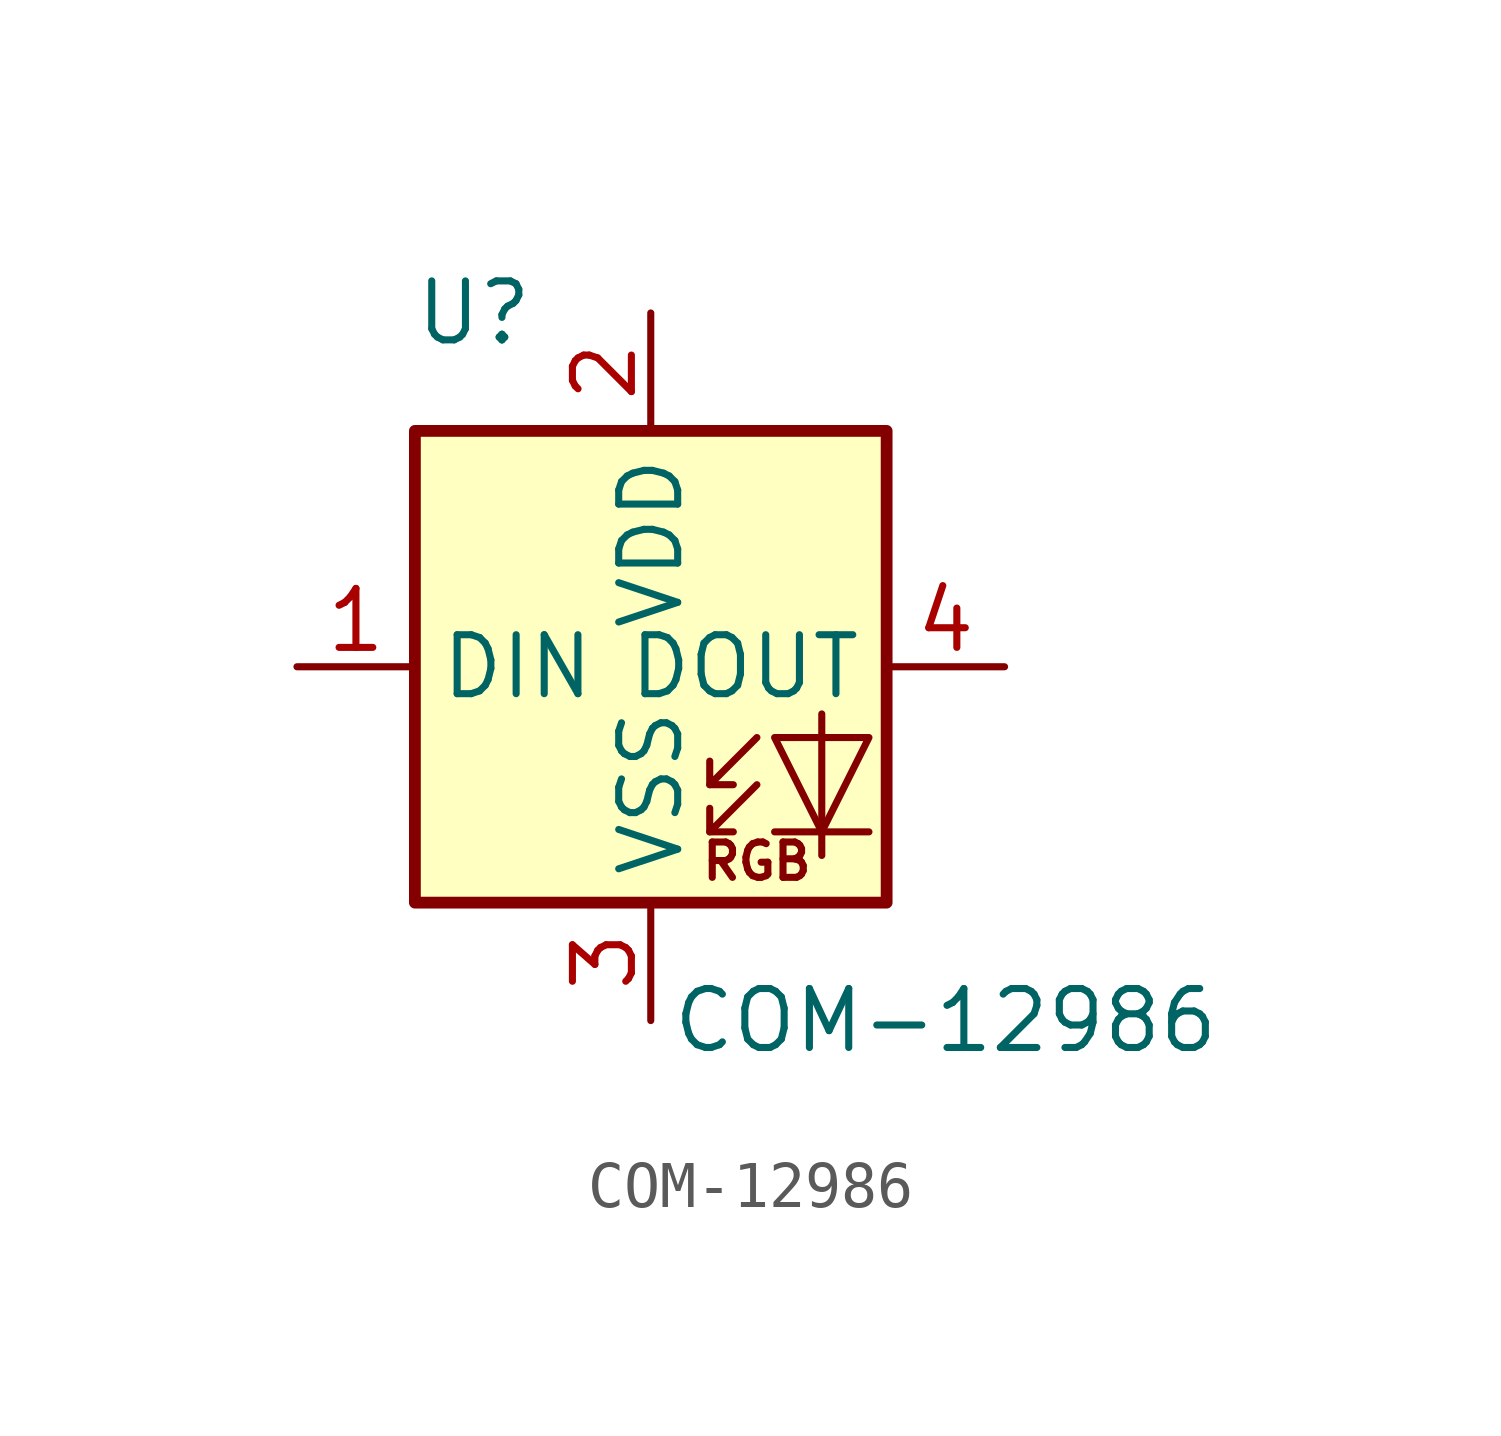
<source format=kicad_sym>
(kicad_symbol_lib
  (version 20211014)
  (generator kicad_symbol_editor)
  (symbol "COM-12986"
    (property "Reference" "U"
      (at -3.81 7.62 0)
      (effects (font (size 1.27 1.27))))
    (property "Value" "COM-12986"
      (at 6.35 -7.62 0)
      (effects (font (size 1.27 1.27))))
    (symbol "COM-12986_0_0"
      (text "RGB" (at 2.286 -4.191 0) (effects (font (size 0.762 0.762)))))
    (symbol "COM-12986_0_1"
      (polyline (pts (xy 1.27 -3.556) (xy 1.778 -3.556)) (stroke (width 0) (type default) (color 0 0 0 0)) (fill (type none)))
      (polyline (pts (xy 1.27 -2.54) (xy 1.778 -2.54)) (stroke (width 0) (type default) (color 0 0 0 0)) (fill (type none)))
      (polyline (pts (xy 4.699 -3.556) (xy 2.667 -3.556)) (stroke (width 0) (type default) (color 0 0 0 0)) (fill (type none)))
      (polyline (pts (xy 2.286 -2.54) (xy 1.27 -3.556) (xy 1.27 -3.048)) (stroke (width 0) (type default) (color 0 0 0 0)) (fill (type none)))
      (polyline (pts (xy 2.286 -1.524) (xy 1.27 -2.54) (xy 1.27 -2.032)) (stroke (width 0) (type default) (color 0 0 0 0)) (fill (type none)))
      (polyline (pts (xy 3.683 -1.016) (xy 3.683 -3.556) (xy 3.683 -4.064)) (stroke (width 0) (type default) (color 0 0 0 0)) (fill (type none)))
      (polyline (pts (xy 4.699 -1.524) (xy 2.667 -1.524) (xy 3.683 -3.556) (xy 4.699 -1.524)) (stroke (width 0) (type default) (color 0 0 0 0)) (fill (type none)))
      (rectangle (start 5.08 5.08) (end -5.08 -5.08) (stroke (width 0.254) (type default) (color 0 0 0 0)) (fill (type background))))
    (symbol "COM-12986_1_1"
      (pin input line (at -7.62 0 0) (length 2.54) (name "DIN" (effects (font (size 1.27 1.27)))) (number "1" (effects (font (size 1.27 1.27)))))
      (pin power_in line (at 0 7.62 270) (length 2.54) (name "VDD" (effects (font (size 1.27 1.27)))) (number "2" (effects (font (size 1.27 1.27)))))
      (pin power_in line (at 0 -7.62 90) (length 2.54) (name "VSS" (effects (font (size 1.27 1.27)))) (number "3" (effects (font (size 1.27 1.27)))))
      (pin output line (at 7.62 0 180) (length 2.54) (name "DOUT" (effects (font (size 1.27 1.27)))) (number "4" (effects (font (size 1.27 1.27))))))))
</source>
